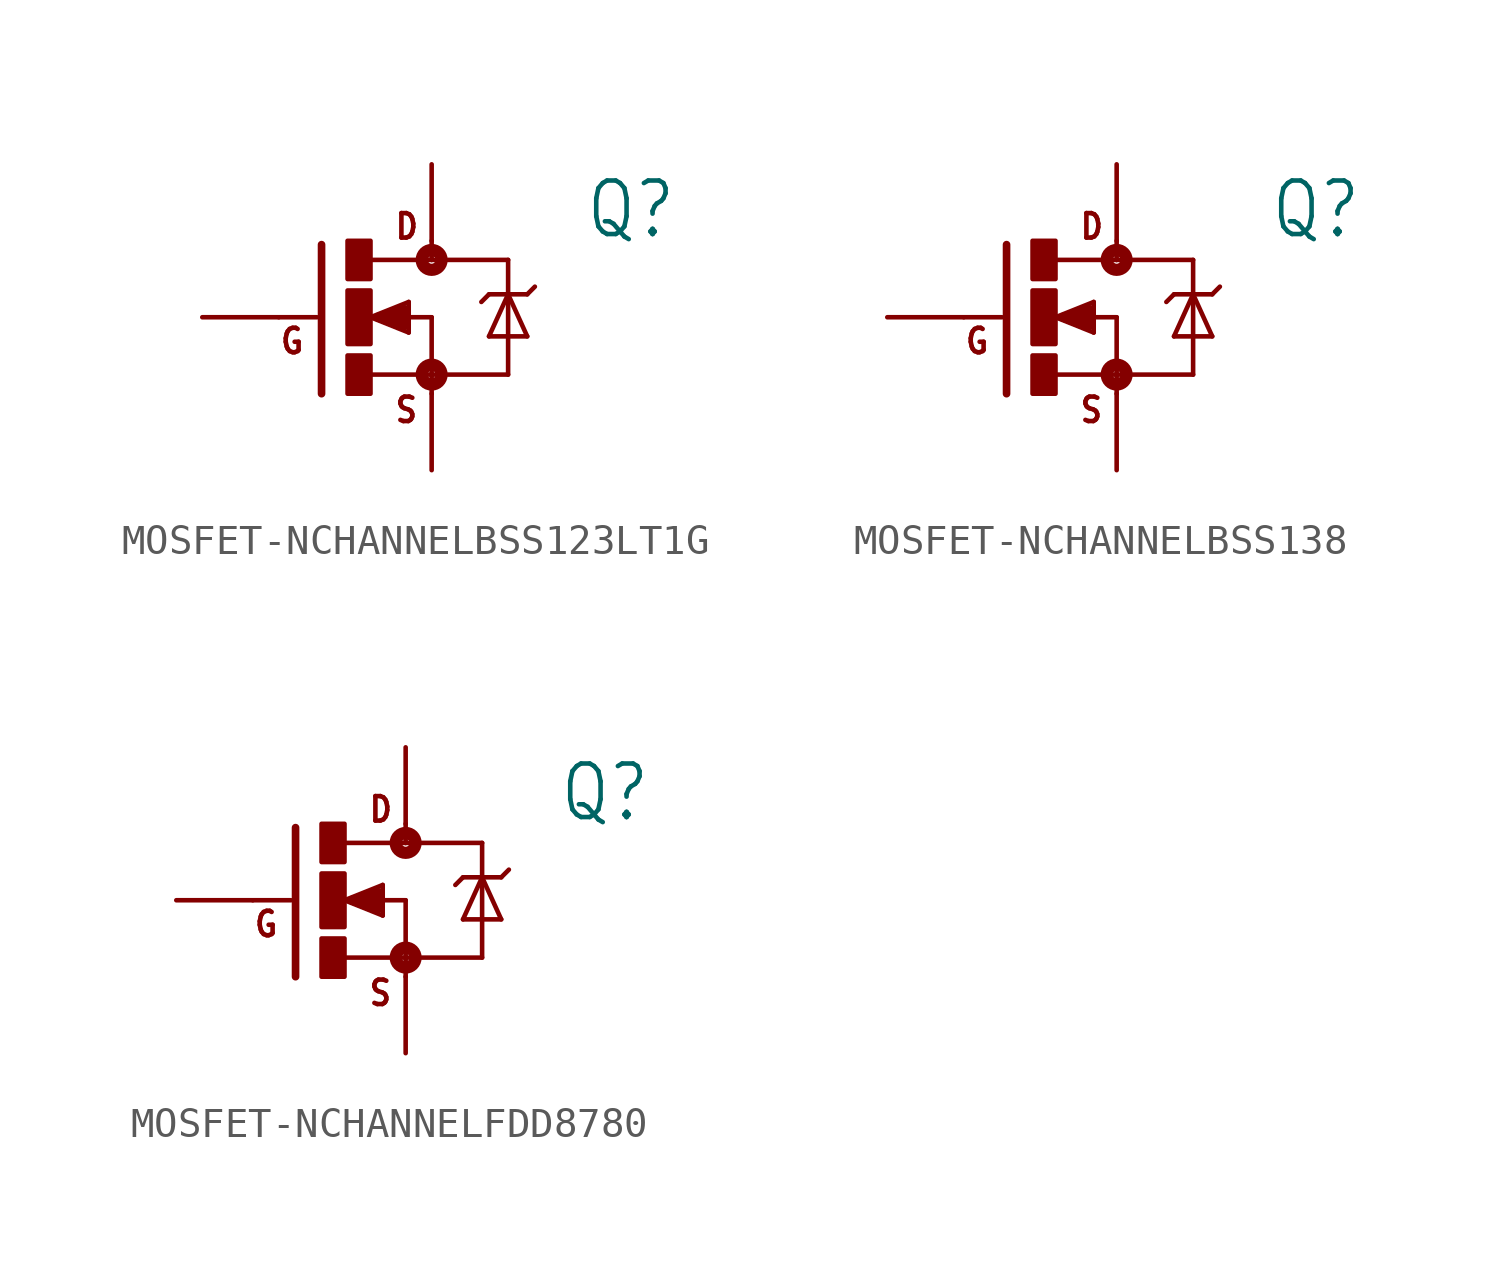
<source format=kicad_sym>
(kicad_symbol_lib
  (version 20241209)
  (generator "kicad_symbol_editor")
  (generator_version "9.0")
  (symbol "MOSFET-NCHANNELBSS123LT1G"
    (property "Reference" "Q"
      (at 5.08 2.54 0)
      (effects (font (size 1.778 1.511)) (justify left bottom)))
    (property "Value" ""
      (at 5.08 0 0)
      (effects (font (size 1.778 1.511)) (justify left bottom)))
    (property "ki_locked" ""
      (at 0 0 0)
      (effects (font (size 1.27 1.27))))
    (symbol "MOSFET-NCHANNELBSS123LT1G_1_0"
      (polyline (pts (xy -3.81 0) (xy -5.08 0)) (stroke (width 0.152) (type solid)) (fill (type none)))
      (polyline (pts (xy -3.658 2.413) (xy -3.658 -2.54)) (stroke (width 0.254) (type solid)) (fill (type none)))
      (rectangle (start -2.794 1.27) (end -2.032 2.54) (stroke (width 0) (type default)) (fill (type outline)))
      (rectangle (start -2.794 -0.889) (end -2.032 0.889) (stroke (width 0) (type default)) (fill (type outline)))
      (rectangle (start -2.794 -2.54) (end -2.032 -1.27) (stroke (width 0) (type default)) (fill (type outline)))
      (polyline (pts (xy -2.032 0) (xy -0.762 -0.508)) (stroke (width 0.152) (type solid)) (fill (type none)))
      (polyline (pts (xy -2.032 -1.905) (xy 0 -1.905)) (stroke (width 0.152) (type solid)) (fill (type none)))
      (polyline (pts (xy -1.778 0) (xy -0.889 -0.254)) (stroke (width 0.305) (type solid)) (fill (type none)))
      (polyline (pts (xy -0.889 0.254) (xy -1.778 0)) (stroke (width 0.305) (type solid)) (fill (type none)))
      (polyline (pts (xy -0.889 0) (xy -1.143 0)) (stroke (width 0.305) (type solid)) (fill (type none)))
      (polyline (pts (xy -0.889 0) (xy 0 0)) (stroke (width 0.152) (type solid)) (fill (type none)))
      (polyline (pts (xy -0.889 -0.254) (xy -0.889 0)) (stroke (width 0.305) (type solid)) (fill (type none)))
      (polyline (pts (xy -0.762 0.508) (xy -2.032 0)) (stroke (width 0.152) (type solid)) (fill (type none)))
      (polyline (pts (xy -0.762 -0.508) (xy -0.762 0.508)) (stroke (width 0.152) (type solid)) (fill (type none)))
      (polyline (pts (xy 0 2.54) (xy 0 1.905)) (stroke (width 0.152) (type solid)) (fill (type none)))
      (circle (center 0 1.905) (radius 0.127) (stroke (width 0.406) (type solid)) (fill (type none)))
      (polyline (pts (xy 0 1.905) (xy -2.007 1.905)) (stroke (width 0.152) (type solid)) (fill (type none)))
      (polyline (pts (xy 0 1.905) (xy 2.54 1.905)) (stroke (width 0.152) (type solid)) (fill (type none)))
      (polyline (pts (xy 0 0) (xy 0 -1.905)) (stroke (width 0.152) (type solid)) (fill (type none)))
      (polyline (pts (xy 0 -1.905) (xy 0 -2.54)) (stroke (width 0.152) (type solid)) (fill (type none)))
      (circle (center 0 -1.905) (radius 0.127) (stroke (width 0.406) (type solid)) (fill (type none)))
      (polyline (pts (xy 1.905 0.762) (xy 1.651 0.508)) (stroke (width 0.152) (type solid)) (fill (type none)))
      (polyline (pts (xy 1.905 0.762) (xy 2.54 0.762)) (stroke (width 0.152) (type solid)) (fill (type none)))
      (polyline (pts (xy 1.905 -0.635) (xy 3.175 -0.635)) (stroke (width 0.152) (type solid)) (fill (type none)))
      (polyline (pts (xy 2.54 1.905) (xy 2.54 0.762)) (stroke (width 0.152) (type solid)) (fill (type none)))
      (polyline (pts (xy 2.54 0.762) (xy 1.905 -0.635)) (stroke (width 0.152) (type solid)) (fill (type none)))
      (polyline (pts (xy 2.54 0.762) (xy 2.54 -1.905)) (stroke (width 0.152) (type solid)) (fill (type none)))
      (polyline (pts (xy 2.54 0.762) (xy 3.175 0.762)) (stroke (width 0.152) (type solid)) (fill (type none)))
      (polyline (pts (xy 2.54 -1.905) (xy 0 -1.905)) (stroke (width 0.152) (type solid)) (fill (type none)))
      (polyline (pts (xy 3.175 0.762) (xy 3.429 1.016)) (stroke (width 0.152) (type solid)) (fill (type none)))
      (polyline (pts (xy 3.175 -0.635) (xy 2.54 0.762)) (stroke (width 0.152) (type solid)) (fill (type none)))
      (text "G" (at -5.08 -1.27 0) (effects (font (size 0.813 0.691)) (justify left bottom)))
      (text "D" (at -1.27 2.54 0) (effects (font (size 0.813 0.691)) (justify left bottom)))
      (text "S" (at -1.27 -3.556 0) (effects (font (size 0.813 0.691)) (justify left bottom)))
      (pin passive line (at -7.62 0 0) (length 2.54) (name "G" (effects (font (size 0 0)))) (number "1" (effects (font (size 0 0)))))
      (pin passive line (at 0 5.08 270) (length 2.54) (name "D" (effects (font (size 0 0)))) (number "3" (effects (font (size 0 0)))))
      (pin passive line (at 0 -5.08 90) (length 2.54) (name "S" (effects (font (size 0 0)))) (number "2" (effects (font (size 0 0)))))))
  (symbol "MOSFET-NCHANNELBSS138"
    (property "Reference" "Q"
      (at 5.08 2.54 0)
      (effects (font (size 1.778 1.511)) (justify left bottom)))
    (property "Value" ""
      (at 5.08 0 0)
      (effects (font (size 1.778 1.511)) (justify left bottom)))
    (property "ki_locked" ""
      (at 0 0 0)
      (effects (font (size 1.27 1.27))))
    (symbol "MOSFET-NCHANNELBSS138_1_0"
      (polyline (pts (xy -3.81 0) (xy -5.08 0)) (stroke (width 0.152) (type solid)) (fill (type none)))
      (polyline (pts (xy -3.658 2.413) (xy -3.658 -2.54)) (stroke (width 0.254) (type solid)) (fill (type none)))
      (rectangle (start -2.794 1.27) (end -2.032 2.54) (stroke (width 0) (type default)) (fill (type outline)))
      (rectangle (start -2.794 -0.889) (end -2.032 0.889) (stroke (width 0) (type default)) (fill (type outline)))
      (rectangle (start -2.794 -2.54) (end -2.032 -1.27) (stroke (width 0) (type default)) (fill (type outline)))
      (polyline (pts (xy -2.032 0) (xy -0.762 -0.508)) (stroke (width 0.152) (type solid)) (fill (type none)))
      (polyline (pts (xy -2.032 -1.905) (xy 0 -1.905)) (stroke (width 0.152) (type solid)) (fill (type none)))
      (polyline (pts (xy -1.778 0) (xy -0.889 -0.254)) (stroke (width 0.305) (type solid)) (fill (type none)))
      (polyline (pts (xy -0.889 0.254) (xy -1.778 0)) (stroke (width 0.305) (type solid)) (fill (type none)))
      (polyline (pts (xy -0.889 0) (xy -1.143 0)) (stroke (width 0.305) (type solid)) (fill (type none)))
      (polyline (pts (xy -0.889 0) (xy 0 0)) (stroke (width 0.152) (type solid)) (fill (type none)))
      (polyline (pts (xy -0.889 -0.254) (xy -0.889 0)) (stroke (width 0.305) (type solid)) (fill (type none)))
      (polyline (pts (xy -0.762 0.508) (xy -2.032 0)) (stroke (width 0.152) (type solid)) (fill (type none)))
      (polyline (pts (xy -0.762 -0.508) (xy -0.762 0.508)) (stroke (width 0.152) (type solid)) (fill (type none)))
      (polyline (pts (xy 0 2.54) (xy 0 1.905)) (stroke (width 0.152) (type solid)) (fill (type none)))
      (circle (center 0 1.905) (radius 0.127) (stroke (width 0.406) (type solid)) (fill (type none)))
      (polyline (pts (xy 0 1.905) (xy -2.007 1.905)) (stroke (width 0.152) (type solid)) (fill (type none)))
      (polyline (pts (xy 0 1.905) (xy 2.54 1.905)) (stroke (width 0.152) (type solid)) (fill (type none)))
      (polyline (pts (xy 0 0) (xy 0 -1.905)) (stroke (width 0.152) (type solid)) (fill (type none)))
      (polyline (pts (xy 0 -1.905) (xy 0 -2.54)) (stroke (width 0.152) (type solid)) (fill (type none)))
      (circle (center 0 -1.905) (radius 0.127) (stroke (width 0.406) (type solid)) (fill (type none)))
      (polyline (pts (xy 1.905 0.762) (xy 1.651 0.508)) (stroke (width 0.152) (type solid)) (fill (type none)))
      (polyline (pts (xy 1.905 0.762) (xy 2.54 0.762)) (stroke (width 0.152) (type solid)) (fill (type none)))
      (polyline (pts (xy 1.905 -0.635) (xy 3.175 -0.635)) (stroke (width 0.152) (type solid)) (fill (type none)))
      (polyline (pts (xy 2.54 1.905) (xy 2.54 0.762)) (stroke (width 0.152) (type solid)) (fill (type none)))
      (polyline (pts (xy 2.54 0.762) (xy 1.905 -0.635)) (stroke (width 0.152) (type solid)) (fill (type none)))
      (polyline (pts (xy 2.54 0.762) (xy 2.54 -1.905)) (stroke (width 0.152) (type solid)) (fill (type none)))
      (polyline (pts (xy 2.54 0.762) (xy 3.175 0.762)) (stroke (width 0.152) (type solid)) (fill (type none)))
      (polyline (pts (xy 2.54 -1.905) (xy 0 -1.905)) (stroke (width 0.152) (type solid)) (fill (type none)))
      (polyline (pts (xy 3.175 0.762) (xy 3.429 1.016)) (stroke (width 0.152) (type solid)) (fill (type none)))
      (polyline (pts (xy 3.175 -0.635) (xy 2.54 0.762)) (stroke (width 0.152) (type solid)) (fill (type none)))
      (text "G" (at -5.08 -1.27 0) (effects (font (size 0.813 0.691)) (justify left bottom)))
      (text "D" (at -1.27 2.54 0) (effects (font (size 0.813 0.691)) (justify left bottom)))
      (text "S" (at -1.27 -3.556 0) (effects (font (size 0.813 0.691)) (justify left bottom)))
      (pin passive line (at -7.62 0 0) (length 2.54) (name "G" (effects (font (size 0 0)))) (number "1" (effects (font (size 0 0)))))
      (pin passive line (at 0 5.08 270) (length 2.54) (name "D" (effects (font (size 0 0)))) (number "3" (effects (font (size 0 0)))))
      (pin passive line (at 0 -5.08 90) (length 2.54) (name "S" (effects (font (size 0 0)))) (number "2" (effects (font (size 0 0)))))))
  (symbol "MOSFET-NCHANNELFDD8780"
    (property "Reference" "Q"
      (at 5.08 2.54 0)
      (effects (font (size 1.778 1.511)) (justify left bottom)))
    (property "Value" ""
      (at 5.08 0 0)
      (effects (font (size 1.778 1.511)) (justify left bottom)))
    (property "ki_locked" ""
      (at 0 0 0)
      (effects (font (size 1.27 1.27))))
    (symbol "MOSFET-NCHANNELFDD8780_1_0"
      (polyline (pts (xy -3.81 0) (xy -5.08 0)) (stroke (width 0.152) (type solid)) (fill (type none)))
      (polyline (pts (xy -3.658 2.413) (xy -3.658 -2.54)) (stroke (width 0.254) (type solid)) (fill (type none)))
      (rectangle (start -2.794 1.27) (end -2.032 2.54) (stroke (width 0) (type default)) (fill (type outline)))
      (rectangle (start -2.794 -0.889) (end -2.032 0.889) (stroke (width 0) (type default)) (fill (type outline)))
      (rectangle (start -2.794 -2.54) (end -2.032 -1.27) (stroke (width 0) (type default)) (fill (type outline)))
      (polyline (pts (xy -2.032 0) (xy -0.762 -0.508)) (stroke (width 0.152) (type solid)) (fill (type none)))
      (polyline (pts (xy -2.032 -1.905) (xy 0 -1.905)) (stroke (width 0.152) (type solid)) (fill (type none)))
      (polyline (pts (xy -1.778 0) (xy -0.889 -0.254)) (stroke (width 0.305) (type solid)) (fill (type none)))
      (polyline (pts (xy -0.889 0.254) (xy -1.778 0)) (stroke (width 0.305) (type solid)) (fill (type none)))
      (polyline (pts (xy -0.889 0) (xy -1.143 0)) (stroke (width 0.305) (type solid)) (fill (type none)))
      (polyline (pts (xy -0.889 0) (xy 0 0)) (stroke (width 0.152) (type solid)) (fill (type none)))
      (polyline (pts (xy -0.889 -0.254) (xy -0.889 0)) (stroke (width 0.305) (type solid)) (fill (type none)))
      (polyline (pts (xy -0.762 0.508) (xy -2.032 0)) (stroke (width 0.152) (type solid)) (fill (type none)))
      (polyline (pts (xy -0.762 -0.508) (xy -0.762 0.508)) (stroke (width 0.152) (type solid)) (fill (type none)))
      (polyline (pts (xy 0 2.54) (xy 0 1.905)) (stroke (width 0.152) (type solid)) (fill (type none)))
      (circle (center 0 1.905) (radius 0.127) (stroke (width 0.406) (type solid)) (fill (type none)))
      (polyline (pts (xy 0 1.905) (xy -2.007 1.905)) (stroke (width 0.152) (type solid)) (fill (type none)))
      (polyline (pts (xy 0 1.905) (xy 2.54 1.905)) (stroke (width 0.152) (type solid)) (fill (type none)))
      (polyline (pts (xy 0 0) (xy 0 -1.905)) (stroke (width 0.152) (type solid)) (fill (type none)))
      (polyline (pts (xy 0 -1.905) (xy 0 -2.54)) (stroke (width 0.152) (type solid)) (fill (type none)))
      (circle (center 0 -1.905) (radius 0.127) (stroke (width 0.406) (type solid)) (fill (type none)))
      (polyline (pts (xy 1.905 0.762) (xy 1.651 0.508)) (stroke (width 0.152) (type solid)) (fill (type none)))
      (polyline (pts (xy 1.905 0.762) (xy 2.54 0.762)) (stroke (width 0.152) (type solid)) (fill (type none)))
      (polyline (pts (xy 1.905 -0.635) (xy 3.175 -0.635)) (stroke (width 0.152) (type solid)) (fill (type none)))
      (polyline (pts (xy 2.54 1.905) (xy 2.54 0.762)) (stroke (width 0.152) (type solid)) (fill (type none)))
      (polyline (pts (xy 2.54 0.762) (xy 1.905 -0.635)) (stroke (width 0.152) (type solid)) (fill (type none)))
      (polyline (pts (xy 2.54 0.762) (xy 2.54 -1.905)) (stroke (width 0.152) (type solid)) (fill (type none)))
      (polyline (pts (xy 2.54 0.762) (xy 3.175 0.762)) (stroke (width 0.152) (type solid)) (fill (type none)))
      (polyline (pts (xy 2.54 -1.905) (xy 0 -1.905)) (stroke (width 0.152) (type solid)) (fill (type none)))
      (polyline (pts (xy 3.175 0.762) (xy 3.429 1.016)) (stroke (width 0.152) (type solid)) (fill (type none)))
      (polyline (pts (xy 3.175 -0.635) (xy 2.54 0.762)) (stroke (width 0.152) (type solid)) (fill (type none)))
      (text "G" (at -5.08 -1.27 0) (effects (font (size 0.813 0.691)) (justify left bottom)))
      (text "D" (at -1.27 2.54 0) (effects (font (size 0.813 0.691)) (justify left bottom)))
      (text "S" (at -1.27 -3.556 0) (effects (font (size 0.813 0.691)) (justify left bottom)))
      (pin passive line (at -7.62 0 0) (length 2.54) (name "G" (effects (font (size 0 0)))) (number "1" (effects (font (size 0 0)))))
      (pin passive line (at 0 5.08 270) (length 2.54) (name "D" (effects (font (size 0 0)))) (number "4" (effects (font (size 0 0)))))
      (pin passive line (at 0 -5.08 90) (length 2.54) (name "S" (effects (font (size 0 0)))) (number "3" (effects (font (size 0 0))))))))
</source>
